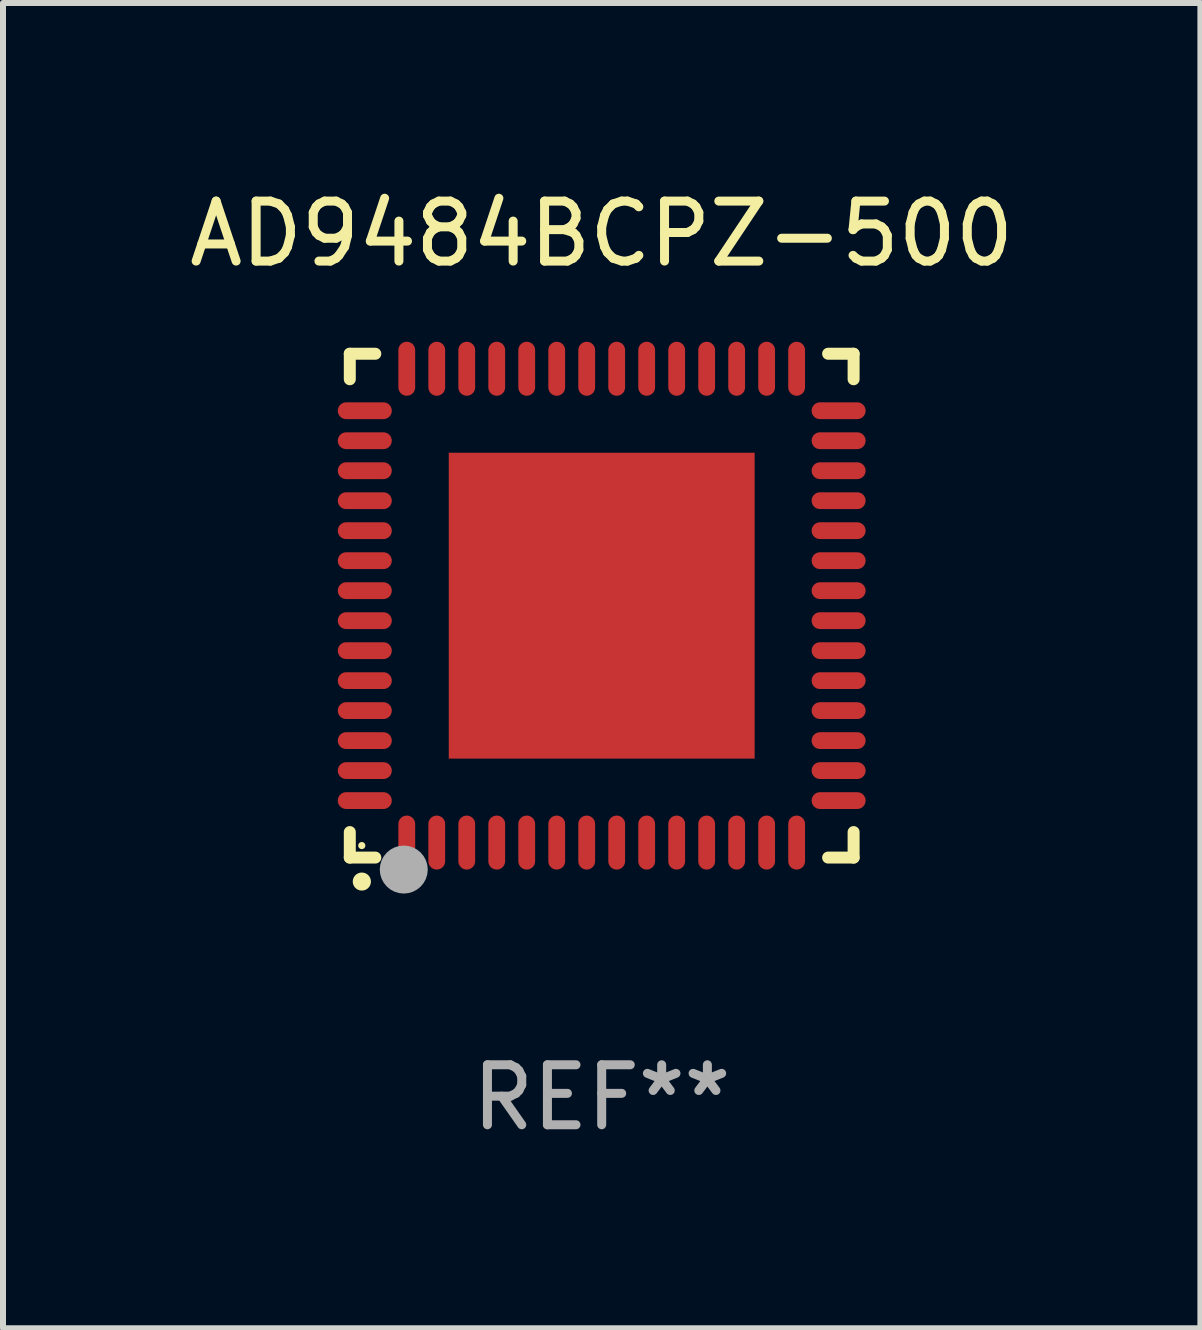
<source format=kicad_pcb>
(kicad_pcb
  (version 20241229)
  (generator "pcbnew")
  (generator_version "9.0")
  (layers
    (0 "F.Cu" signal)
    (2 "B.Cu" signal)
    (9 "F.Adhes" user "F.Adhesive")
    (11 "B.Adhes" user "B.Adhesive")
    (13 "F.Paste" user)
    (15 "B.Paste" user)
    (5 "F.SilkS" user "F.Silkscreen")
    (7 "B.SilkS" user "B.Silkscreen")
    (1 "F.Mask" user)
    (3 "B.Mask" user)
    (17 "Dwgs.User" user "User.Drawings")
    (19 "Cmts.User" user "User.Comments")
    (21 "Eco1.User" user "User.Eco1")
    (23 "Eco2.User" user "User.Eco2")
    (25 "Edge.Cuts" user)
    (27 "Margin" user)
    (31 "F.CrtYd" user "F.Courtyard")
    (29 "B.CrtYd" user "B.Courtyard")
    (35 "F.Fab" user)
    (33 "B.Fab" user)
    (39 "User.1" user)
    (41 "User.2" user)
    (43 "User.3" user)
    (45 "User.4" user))
  (footprint "AD9484BCPZ-500"
    (layer "F.Cu")
    (at 6.982 7.048)
    (property "Reference" "AD9484BCPZ-500" (at 0 -6.2 0) (layer "F.SilkS") (effects (font (size 1 1) (thickness 0.15))))
    (attr through_hole)
    (fp_line (start -4.2 -4.2) (end -4.2 -3.775) (stroke (width 0.2) (type solid)) (layer "F.SilkS"))
    (fp_line (start -4.2 4.2) (end -4.2 3.775) (stroke (width 0.2) (type solid)) (layer "F.SilkS"))
    (fp_line (start -3.775 -4.2) (end -4.2 -4.2) (stroke (width 0.2) (type solid)) (layer "F.SilkS"))
    (fp_line (start -3.775 4.2) (end -4.2 4.2) (stroke (width 0.2) (type solid)) (layer "F.SilkS"))
    (fp_line (start 3.775 4.2) (end 4.2 4.2) (stroke (width 0.2) (type solid)) (layer "F.SilkS"))
    (fp_line (start 4.2 -4.2) (end 3.775 -4.2) (stroke (width 0.2) (type solid)) (layer "F.SilkS"))
    (fp_line (start 4.2 -3.775) (end 4.2 -4.2) (stroke (width 0.2) (type solid)) (layer "F.SilkS"))
    (fp_line (start 4.2 4.2) (end 4.2 3.775) (stroke (width 0.2) (type solid)) (layer "F.SilkS"))
    (fp_arc (start -4.000508 4.599949) (mid -3.999238 4.599944) (end -3.997968 4.599949) (stroke (width 0.3) (type solid)) (layer "F.SilkS"))
    (fp_circle (center -4 4) (end -3.97 4) (stroke (width 0.06) (type solid)) (fill no) (layer "F.SilkS"))
    (fp_circle (center -3.3 4.4) (end -3.1 4.4) (stroke (width 0.4) (type solid)) (fill no) (layer "F.Fab"))
    (fp_text user "REF**" (at 0 8.2 0) (layer "F.Fab") (effects (font (size 1 1) (thickness 0.15))))
    (pad "1" smd oval (at -3.25 3.95) (size 0.28 0.9) (layers "F.Cu" "F.Mask" "F.Paste"))
    (pad "2" smd oval (at -2.75 3.95) (size 0.28 0.9) (layers "F.Cu" "F.Mask" "F.Paste"))
    (pad "3" smd oval (at -2.25 3.95) (size 0.28 0.9) (layers "F.Cu" "F.Mask" "F.Paste"))
    (pad "4" smd oval (at -1.75 3.95) (size 0.28 0.9) (layers "F.Cu" "F.Mask" "F.Paste"))
    (pad "5" smd oval (at -1.25 3.95) (size 0.28 0.9) (layers "F.Cu" "F.Mask" "F.Paste"))
    (pad "6" smd oval (at -0.75 3.95) (size 0.28 0.9) (layers "F.Cu" "F.Mask" "F.Paste"))
    (pad "7" smd oval (at -0.25 3.95) (size 0.28 0.9) (layers "F.Cu" "F.Mask" "F.Paste"))
    (pad "8" smd oval (at 0.25 3.95) (size 0.28 0.9) (layers "F.Cu" "F.Mask" "F.Paste"))
    (pad "9" smd oval (at 0.75 3.95) (size 0.28 0.9) (layers "F.Cu" "F.Mask" "F.Paste"))
    (pad "10" smd oval (at 1.25 3.95) (size 0.28 0.9) (layers "F.Cu" "F.Mask" "F.Paste"))
    (pad "11" smd oval (at 1.75 3.95) (size 0.28 0.9) (layers "F.Cu" "F.Mask" "F.Paste"))
    (pad "12" smd oval (at 2.25 3.95) (size 0.28 0.9) (layers "F.Cu" "F.Mask" "F.Paste"))
    (pad "13" smd oval (at 2.75 3.95) (size 0.28 0.9) (layers "F.Cu" "F.Mask" "F.Paste"))
    (pad "14" smd oval (at 3.25 3.95) (size 0.28 0.9) (layers "F.Cu" "F.Mask" "F.Paste"))
    (pad "15" smd oval (at 3.95 3.25) (size 0.9 0.28) (layers "F.Cu" "F.Mask" "F.Paste"))
    (pad "16" smd oval (at 3.95 2.75) (size 0.9 0.28) (layers "F.Cu" "F.Mask" "F.Paste"))
    (pad "17" smd oval (at 3.95 2.25) (size 0.9 0.28) (layers "F.Cu" "F.Mask" "F.Paste"))
    (pad "18" smd oval (at 3.95 1.75) (size 0.9 0.28) (layers "F.Cu" "F.Mask" "F.Paste"))
    (pad "19" smd oval (at 3.95 1.25) (size 0.9 0.28) (layers "F.Cu" "F.Mask" "F.Paste"))
    (pad "20" smd oval (at 3.95 0.75) (size 0.9 0.28) (layers "F.Cu" "F.Mask" "F.Paste"))
    (pad "21" smd oval (at 3.95 0.25) (size 0.9 0.28) (layers "F.Cu" "F.Mask" "F.Paste"))
    (pad "22" smd oval (at 3.95 -0.25) (size 0.9 0.28) (layers "F.Cu" "F.Mask" "F.Paste"))
    (pad "23" smd oval (at 3.95 -0.75) (size 0.9 0.28) (layers "F.Cu" "F.Mask" "F.Paste"))
    (pad "24" smd oval (at 3.95 -1.25) (size 0.9 0.28) (layers "F.Cu" "F.Mask" "F.Paste"))
    (pad "25" smd oval (at 3.95 -1.75) (size 0.9 0.28) (layers "F.Cu" "F.Mask" "F.Paste"))
    (pad "26" smd oval (at 3.95 -2.25) (size 0.9 0.28) (layers "F.Cu" "F.Mask" "F.Paste"))
    (pad "27" smd oval (at 3.95 -2.75) (size 0.9 0.28) (layers "F.Cu" "F.Mask" "F.Paste"))
    (pad "28" smd oval (at 3.95 -3.25) (size 0.9 0.28) (layers "F.Cu" "F.Mask" "F.Paste"))
    (pad "29" smd oval (at 3.25 -3.95) (size 0.28 0.9) (layers "F.Cu" "F.Mask" "F.Paste"))
    (pad "30" smd oval (at 2.75 -3.95) (size 0.28 0.9) (layers "F.Cu" "F.Mask" "F.Paste"))
    (pad "31" smd oval (at 2.25 -3.95) (size 0.28 0.9) (layers "F.Cu" "F.Mask" "F.Paste"))
    (pad "32" smd oval (at 1.75 -3.95) (size 0.28 0.9) (layers "F.Cu" "F.Mask" "F.Paste"))
    (pad "33" smd oval (at 1.25 -3.95) (size 0.28 0.9) (layers "F.Cu" "F.Mask" "F.Paste"))
    (pad "34" smd oval (at 0.75 -3.95) (size 0.28 0.9) (layers "F.Cu" "F.Mask" "F.Paste"))
    (pad "35" smd oval (at 0.25 -3.95) (size 0.28 0.9) (layers "F.Cu" "F.Mask" "F.Paste"))
    (pad "36" smd oval (at -0.25 -3.95) (size 0.28 0.9) (layers "F.Cu" "F.Mask" "F.Paste"))
    (pad "37" smd oval (at -0.75 -3.95) (size 0.28 0.9) (layers "F.Cu" "F.Mask" "F.Paste"))
    (pad "38" smd oval (at -1.25 -3.95) (size 0.28 0.9) (layers "F.Cu" "F.Mask" "F.Paste"))
    (pad "39" smd oval (at -1.75 -3.95) (size 0.28 0.9) (layers "F.Cu" "F.Mask" "F.Paste"))
    (pad "40" smd oval (at -2.25 -3.95) (size 0.28 0.9) (layers "F.Cu" "F.Mask" "F.Paste"))
    (pad "41" smd oval (at -2.75 -3.95) (size 0.28 0.9) (layers "F.Cu" "F.Mask" "F.Paste"))
    (pad "42" smd oval (at -3.25 -3.95) (size 0.28 0.9) (layers "F.Cu" "F.Mask" "F.Paste"))
    (pad "43" smd oval (at -3.95 -3.25) (size 0.9 0.28) (layers "F.Cu" "F.Mask" "F.Paste"))
    (pad "44" smd oval (at -3.95 -2.75) (size 0.9 0.28) (layers "F.Cu" "F.Mask" "F.Paste"))
    (pad "45" smd oval (at -3.95 -2.25) (size 0.9 0.28) (layers "F.Cu" "F.Mask" "F.Paste"))
    (pad "46" smd oval (at -3.95 -1.75) (size 0.9 0.28) (layers "F.Cu" "F.Mask" "F.Paste"))
    (pad "47" smd oval (at -3.95 -1.25) (size 0.9 0.28) (layers "F.Cu" "F.Mask" "F.Paste"))
    (pad "48" smd oval (at -3.95 -0.75) (size 0.9 0.28) (layers "F.Cu" "F.Mask" "F.Paste"))
    (pad "49" smd oval (at -3.95 -0.25) (size 0.9 0.28) (layers "F.Cu" "F.Mask" "F.Paste"))
    (pad "50" smd oval (at -3.95 0.25) (size 0.9 0.28) (layers "F.Cu" "F.Mask" "F.Paste"))
    (pad "51" smd oval (at -3.95 0.75) (size 0.9 0.28) (layers "F.Cu" "F.Mask" "F.Paste"))
    (pad "52" smd oval (at -3.95 1.25) (size 0.9 0.28) (layers "F.Cu" "F.Mask" "F.Paste"))
    (pad "53" smd oval (at -3.95 1.75) (size 0.9 0.28) (layers "F.Cu" "F.Mask" "F.Paste"))
    (pad "54" smd oval (at -3.95 2.25) (size 0.9 0.28) (layers "F.Cu" "F.Mask" "F.Paste"))
    (pad "55" smd oval (at -3.95 2.75) (size 0.9 0.28) (layers "F.Cu" "F.Mask" "F.Paste"))
    (pad "56" smd oval (at -3.95 3.25) (size 0.9 0.28) (layers "F.Cu" "F.Mask" "F.Paste"))
    (pad "57" smd rect (at 0.000076 0.000076 90) (size 5.1 5.1) (layers "F.Cu" "F.Mask" "F.Paste")))
  (gr_rect
    (start -3 -3)
    (end 16.964 19.096)
    (stroke (width 0.1) (type default))
    (fill no)
    (layer "Edge.Cuts")))
</source>
